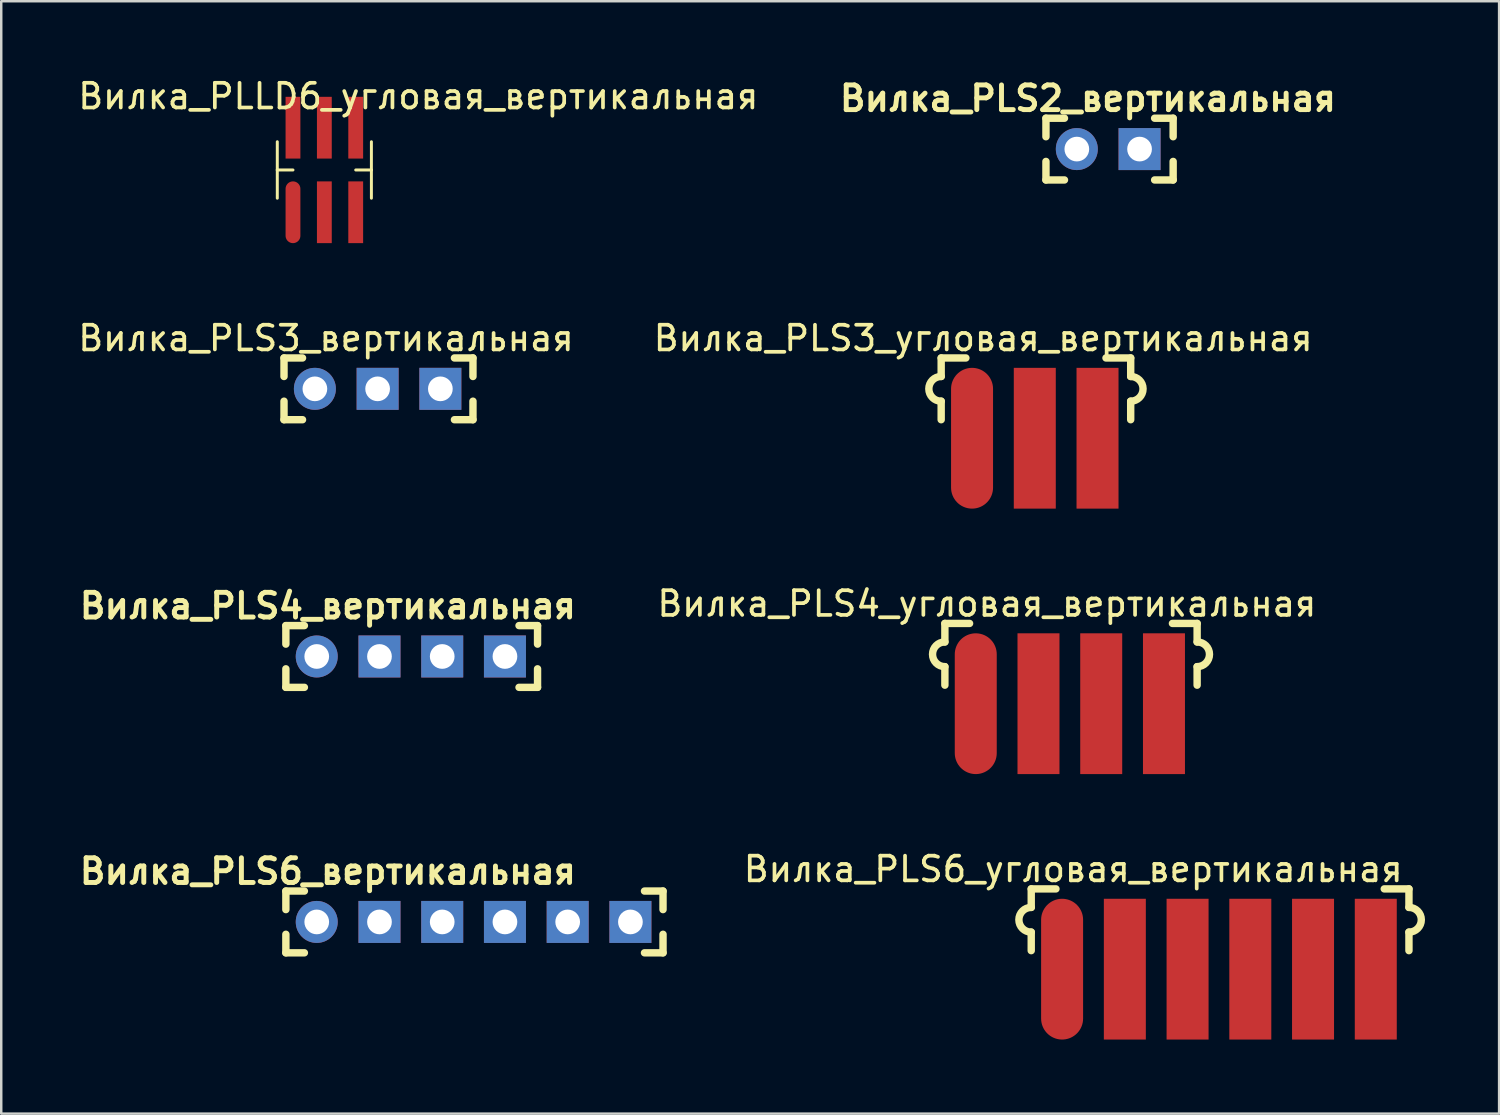
<source format=kicad_pcb>
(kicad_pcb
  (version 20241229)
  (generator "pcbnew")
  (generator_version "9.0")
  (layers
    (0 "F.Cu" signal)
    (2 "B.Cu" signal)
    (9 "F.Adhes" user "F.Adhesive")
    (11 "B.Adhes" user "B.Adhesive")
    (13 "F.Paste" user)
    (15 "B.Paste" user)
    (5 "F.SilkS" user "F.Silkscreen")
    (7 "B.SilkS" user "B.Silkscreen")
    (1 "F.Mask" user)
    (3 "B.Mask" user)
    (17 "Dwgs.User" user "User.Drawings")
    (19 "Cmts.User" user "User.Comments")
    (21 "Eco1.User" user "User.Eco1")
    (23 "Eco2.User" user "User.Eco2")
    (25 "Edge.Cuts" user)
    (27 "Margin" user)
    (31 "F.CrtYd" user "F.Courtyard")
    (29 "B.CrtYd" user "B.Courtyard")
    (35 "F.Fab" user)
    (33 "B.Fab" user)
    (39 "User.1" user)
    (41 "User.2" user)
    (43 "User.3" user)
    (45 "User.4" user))
  (footprint "Вилка_PLS2_вертикальная"
    (layer "F.Cu")
    (at 40.548 2.986)
    (property "Reference" "Вилка_PLS2_вертикальная" (at 0.45 -2.05 0) (layer "F.SilkS") (effects (font (size 1 1) (thickness 0.2))))
    (attr through_hole)
    (fp_line (start -1.25 -1.25) (end -1.25 -0.5) (stroke (width 0.3) (type solid)) (layer "F.SilkS"))
    (fp_line (start -1.25 -1.25) (end -0.5 -1.25) (stroke (width 0.3) (type solid)) (layer "F.SilkS"))
    (fp_line (start -1.25 0.5) (end -1.25 1.25) (stroke (width 0.3) (type solid)) (layer "F.SilkS"))
    (fp_line (start -1.25 1.25) (end -0.5 1.25) (stroke (width 0.3) (type solid)) (layer "F.SilkS"))
    (fp_line (start 3.15 -1.25) (end 3.9 -1.25) (stroke (width 0.3) (type solid)) (layer "F.SilkS"))
    (fp_line (start 3.9 -1.25) (end 3.9 -0.5) (stroke (width 0.3) (type solid)) (layer "F.SilkS"))
    (fp_line (start 3.9 0.5) (end 3.9 1.25) (stroke (width 0.3) (type solid)) (layer "F.SilkS"))
    (fp_line (start 3.9 1.25) (end 3.15 1.25) (stroke (width 0.3) (type solid)) (layer "F.SilkS"))
    (pad "1" thru_hole circle (at 0 0) (size 1.7 1.7) (drill 1) (layers "*.Cu" "*.Mask"))
    (pad "2" thru_hole rect (at 2.54 0) (size 1.7 1.7) (drill 1) (layers "*.Cu" "*.Mask")))
  (footprint "Вилка_PLS4_вертикальная"
    (layer "F.Cu")
    (at 9.774 23.529)
    (property "Reference" "Вилка_PLS4_вертикальная" (at 0.45 -2.05 0) (layer "F.SilkS") (effects (font (size 1 1) (thickness 0.2))))
    (attr through_hole)
    (fp_line (start -1.25 -1.25) (end -1.25 -0.5) (stroke (width 0.3) (type solid)) (layer "F.SilkS"))
    (fp_line (start -1.25 -1.25) (end -0.5 -1.25) (stroke (width 0.3) (type solid)) (layer "F.SilkS"))
    (fp_line (start -1.25 0.5) (end -1.25 1.25) (stroke (width 0.3) (type solid)) (layer "F.SilkS"))
    (fp_line (start -1.25 1.25) (end -0.5 1.25) (stroke (width 0.3) (type solid)) (layer "F.SilkS"))
    (fp_line (start 8.19 -1.25) (end 8.94 -1.25) (stroke (width 0.3) (type solid)) (layer "F.SilkS"))
    (fp_line (start 8.94 -1.25) (end 8.94 -0.5) (stroke (width 0.3) (type solid)) (layer "F.SilkS"))
    (fp_line (start 8.94 0.5) (end 8.94 1.25) (stroke (width 0.3) (type solid)) (layer "F.SilkS"))
    (fp_line (start 8.94 1.25) (end 8.19 1.25) (stroke (width 0.3) (type solid)) (layer "F.SilkS"))
    (pad "1" thru_hole circle (at 0 0) (size 1.7 1.7) (drill 1) (layers "*.Cu" "*.Mask"))
    (pad "2" thru_hole rect (at 2.54 0) (size 1.7 1.7) (drill 1) (layers "*.Cu" "*.Mask"))
    (pad "3" thru_hole rect (at 5.08 0) (size 1.7 1.7) (drill 1) (layers "*.Cu" "*.Mask"))
    (pad "4" thru_hole rect (at 7.62 0) (size 1.7 1.7) (drill 1) (layers "*.Cu" "*.Mask")))
  (footprint "Вилка_PLLD6_угловая_вертикальная"
    (layer "F.Cu")
    (at 8.812 4.594)
    (property "Reference" "Вилка_PLLD6_угловая_вертикальная" (at 5.075 -3.746 0) (layer "F.SilkS") (effects (font (size 1 1) (thickness 0.15))))
    (attr through_hole)
    (fp_line (start -0.635 -0.762) (end -0.635 -1.905) (stroke (width 0.12) (type solid)) (layer "F.SilkS"))
    (fp_line (start -0.635 0.381) (end -0.635 -0.762) (stroke (width 0.12) (type solid)) (layer "F.SilkS"))
    (fp_line (start 0 -0.762) (end -0.635 -0.762) (stroke (width 0.12) (type solid)) (layer "F.SilkS"))
    (fp_line (start 2.54 -0.762) (end 3.175 -0.762) (stroke (width 0.12) (type solid)) (layer "F.SilkS"))
    (fp_line (start 3.175 -0.762) (end 3.175 -1.905) (stroke (width 0.12) (type solid)) (layer "F.SilkS"))
    (fp_line (start 3.175 0.381) (end 3.175 -0.762) (stroke (width 0.12) (type solid)) (layer "F.SilkS"))
    (pad "1" smd oval (at 0 0) (size 0.6 2.5) (drill (offset 0 0.95)) (layers "F.Cu" "F.Mask" "F.Paste"))
    (pad "2" smd rect (at 0 -1.524 180) (size 0.6 2.5) (drill (offset 0 0.95)) (layers "F.Cu" "F.Mask" "F.Paste"))
    (pad "3" smd rect (at 1.27 0) (size 0.6 2.5) (drill (offset 0 0.95)) (layers "F.Cu" "F.Mask" "F.Paste"))
    (pad "4" smd rect (at 1.27 -1.524 180) (size 0.6 2.5) (drill (offset 0 0.95)) (layers "F.Cu" "F.Mask" "F.Paste"))
    (pad "5" smd rect (at 2.54 0) (size 0.6 2.5) (drill (offset 0 0.95)) (layers "F.Cu" "F.Mask" "F.Paste"))
    (pad "6" smd rect (at 2.54 -1.524 180) (size 0.6 2.5) (drill (offset 0 0.95)) (layers "F.Cu" "F.Mask" "F.Paste")))
  (footprint "Вилка_PLS6_вертикальная"
    (layer "F.Cu")
    (at 9.774 34.277)
    (property "Reference" "Вилка_PLS6_вертикальная" (at 0.45 -2.05 0) (layer "F.SilkS") (effects (font (size 1 1) (thickness 0.2))))
    (attr through_hole)
    (fp_line (start -1.25 -1.25) (end -1.25 -0.5) (stroke (width 0.3) (type solid)) (layer "F.SilkS"))
    (fp_line (start -1.25 -1.25) (end -0.5 -1.25) (stroke (width 0.3) (type solid)) (layer "F.SilkS"))
    (fp_line (start -1.25 0.5) (end -1.25 1.25) (stroke (width 0.3) (type solid)) (layer "F.SilkS"))
    (fp_line (start -1.25 1.25) (end -0.5 1.25) (stroke (width 0.3) (type solid)) (layer "F.SilkS"))
    (fp_line (start 13.27 -1.25) (end 14.02 -1.25) (stroke (width 0.3) (type solid)) (layer "F.SilkS"))
    (fp_line (start 14.02 -1.25) (end 14.02 -0.5) (stroke (width 0.3) (type solid)) (layer "F.SilkS"))
    (fp_line (start 14.02 0.5) (end 14.02 1.25) (stroke (width 0.3) (type solid)) (layer "F.SilkS"))
    (fp_line (start 14.02 1.25) (end 13.27 1.25) (stroke (width 0.3) (type solid)) (layer "F.SilkS"))
    (pad "1" thru_hole circle (at 0 0) (size 1.7 1.7) (drill 1) (layers "*.Cu" "*.Mask"))
    (pad "2" thru_hole rect (at 2.54 0) (size 1.7 1.7) (drill 1) (layers "*.Cu" "*.Mask"))
    (pad "3" thru_hole rect (at 5.08 0) (size 1.7 1.7) (drill 1) (layers "*.Cu" "*.Mask"))
    (pad "4" thru_hole rect (at 7.62 0) (size 1.7 1.7) (drill 1) (layers "*.Cu" "*.Mask"))
    (pad "5" thru_hole rect (at 10.16 0) (size 1.7 1.7) (drill 1) (layers "*.Cu" "*.Mask"))
    (pad "6" thru_hole rect (at 12.7 0) (size 1.7 1.7) (drill 1) (layers "*.Cu" "*.Mask")))
  (footprint "Вилка_PLS6_угловая_вертикальная"
    (layer "F.Cu")
    (at 39.952 34.189)
    (property "Reference" "Вилка_PLS6_угловая_вертикальная" (at 0.45 -2.05 0) (layer "F.SilkS") (effects (font (size 1 1) (thickness 0.15))))
    (attr through_hole)
    (fp_line (start -1.25 -1.25) (end -1.25 -0.5) (stroke (width 0.3) (type solid)) (layer "F.SilkS"))
    (fp_line (start -1.25 -1.25) (end -0.25 -1.25) (stroke (width 0.3) (type solid)) (layer "F.SilkS"))
    (fp_line (start -1.25 0.5) (end -1.25 1.25) (stroke (width 0.3) (type solid)) (layer "F.SilkS"))
    (fp_line (start 14.043 -1.25) (end 13.043 -1.25) (stroke (width 0.3) (type solid)) (layer "F.SilkS"))
    (fp_line (start 14.043 -1.25) (end 14.043 -0.5) (stroke (width 0.3) (type solid)) (layer "F.SilkS"))
    (fp_line (start 14.043 0.5) (end 14.043 1.25) (stroke (width 0.3) (type solid)) (layer "F.SilkS"))
    (fp_arc (start -1.25 0.5) (mid -1.75 0) (end -1.25 -0.5) (stroke (width 0.3) (type solid)) (layer "F.SilkS"))
    (fp_arc (start 14.043284 -0.5) (mid 14.543284 0) (end 14.043284 0.5) (stroke (width 0.3) (type solid)) (layer "F.SilkS"))
    (pad "1" smd oval (at 0 0) (size 1.7 5.7) (drill (offset 0 2)) (layers "F.Cu" "F.Mask" "F.Paste"))
    (pad "2" smd rect (at 2.54 0) (size 1.7 5.7) (drill (offset 0 2)) (layers "F.Cu" "F.Mask" "F.Paste"))
    (pad "3" smd rect (at 5.08 0) (size 1.7 5.7) (drill (offset 0 2)) (layers "F.Cu" "F.Mask" "F.Paste"))
    (pad "4" smd rect (at 7.62 0) (size 1.7 5.7) (drill (offset 0 2)) (layers "F.Cu" "F.Mask" "F.Paste"))
    (pad "5" smd rect (at 10.16 0) (size 1.7 5.7) (drill (offset 0 2)) (layers "F.Cu" "F.Mask" "F.Paste"))
    (pad "6" smd rect (at 12.7 0) (size 1.7 5.7) (drill (offset 0 2)) (layers "F.Cu" "F.Mask" "F.Paste")))
  (footprint "Вилка_PLS4_угловая_вертикальная"
    (layer "F.Cu")
    (at 36.456 23.441)
    (property "Reference" "Вилка_PLS4_угловая_вертикальная" (at 0.45 -2.05 0) (layer "F.SilkS") (effects (font (size 1 1) (thickness 0.15))))
    (attr through_hole)
    (fp_line (start -1.25 -1.25) (end -1.25 -0.5) (stroke (width 0.3) (type solid)) (layer "F.SilkS"))
    (fp_line (start -1.25 -1.25) (end -0.25 -1.25) (stroke (width 0.3) (type solid)) (layer "F.SilkS"))
    (fp_line (start -1.25 0.5) (end -1.25 1.25) (stroke (width 0.3) (type solid)) (layer "F.SilkS"))
    (fp_line (start 8.963 -1.25) (end 7.963 -1.25) (stroke (width 0.3) (type solid)) (layer "F.SilkS"))
    (fp_line (start 8.963 -1.25) (end 8.963 -0.5) (stroke (width 0.3) (type solid)) (layer "F.SilkS"))
    (fp_line (start 8.963 0.5) (end 8.963 1.25) (stroke (width 0.3) (type solid)) (layer "F.SilkS"))
    (fp_arc (start -1.25 0.5) (mid -1.75 0) (end -1.25 -0.5) (stroke (width 0.3) (type solid)) (layer "F.SilkS"))
    (fp_arc (start 8.963284 -0.5) (mid 9.463284 0) (end 8.963284 0.5) (stroke (width 0.3) (type solid)) (layer "F.SilkS"))
    (pad "1" smd oval (at 0 0) (size 1.7 5.7) (drill (offset 0 2)) (layers "F.Cu" "F.Mask" "F.Paste"))
    (pad "2" smd rect (at 2.54 0) (size 1.7 5.7) (drill (offset 0 2)) (layers "F.Cu" "F.Mask" "F.Paste"))
    (pad "3" smd rect (at 5.08 0) (size 1.7 5.7) (drill (offset 0 2)) (layers "F.Cu" "F.Mask" "F.Paste"))
    (pad "4" smd rect (at 7.62 0) (size 1.7 5.7) (drill (offset 0 2)) (layers "F.Cu" "F.Mask" "F.Paste")))
  (footprint "Вилка_PLS3_угловая_вертикальная"
    (layer "F.Cu")
    (at 36.306 12.693)
    (property "Reference" "Вилка_PLS3_угловая_вертикальная" (at 0.45 -2.05 0) (layer "F.SilkS") (effects (font (size 1 1) (thickness 0.15))))
    (attr through_hole)
    (fp_line (start -1.25 -1.25) (end -1.25 -0.5) (stroke (width 0.3) (type solid)) (layer "F.SilkS"))
    (fp_line (start -1.25 -1.25) (end -0.25 -1.25) (stroke (width 0.3) (type solid)) (layer "F.SilkS"))
    (fp_line (start -1.25 0.5) (end -1.25 1.25) (stroke (width 0.3) (type solid)) (layer "F.SilkS"))
    (fp_line (start 6.423 -1.25) (end 5.423 -1.25) (stroke (width 0.3) (type solid)) (layer "F.SilkS"))
    (fp_line (start 6.423 -1.25) (end 6.423 -0.5) (stroke (width 0.3) (type solid)) (layer "F.SilkS"))
    (fp_line (start 6.423 0.5) (end 6.423 1.25) (stroke (width 0.3) (type solid)) (layer "F.SilkS"))
    (fp_arc (start -1.25 0.5) (mid -1.75 0) (end -1.25 -0.5) (stroke (width 0.3) (type solid)) (layer "F.SilkS"))
    (fp_arc (start 6.423284 -0.5) (mid 6.923284 0) (end 6.423284 0.5) (stroke (width 0.3) (type solid)) (layer "F.SilkS"))
    (pad "1" smd oval (at 0 0) (size 1.7 5.7) (drill (offset 0 2)) (layers "F.Cu" "F.Mask" "F.Paste"))
    (pad "2" smd rect (at 2.54 0) (size 1.7 5.7) (drill (offset 0 2)) (layers "F.Cu" "F.Mask" "F.Paste"))
    (pad "3" smd rect (at 5.08 0) (size 1.7 5.7) (drill (offset 0 2)) (layers "F.Cu" "F.Mask" "F.Paste")))
  (footprint "Вилка_PLS3_вертикальная"
    (layer "F.Cu")
    (at 9.699 12.693)
    (property "Reference" "Вилка_PLS3_вертикальная" (at 0.45 -2.05 0) (layer "F.SilkS") (effects (font (size 1 1) (thickness 0.15))))
    (attr through_hole)
    (fp_line (start -1.25 -1.25) (end -1.25 -0.5) (stroke (width 0.3) (type solid)) (layer "F.SilkS"))
    (fp_line (start -1.25 -1.25) (end -0.5 -1.25) (stroke (width 0.3) (type solid)) (layer "F.SilkS"))
    (fp_line (start -1.25 0.5) (end -1.25 1.25) (stroke (width 0.3) (type solid)) (layer "F.SilkS"))
    (fp_line (start -1.25 1.25) (end -0.5 1.25) (stroke (width 0.3) (type solid)) (layer "F.SilkS"))
    (fp_line (start 5.65 -1.25) (end 6.4 -1.25) (stroke (width 0.3) (type solid)) (layer "F.SilkS"))
    (fp_line (start 6.4 -1.25) (end 6.4 -0.5) (stroke (width 0.3) (type solid)) (layer "F.SilkS"))
    (fp_line (start 6.4 0.5) (end 6.4 1.25) (stroke (width 0.3) (type solid)) (layer "F.SilkS"))
    (fp_line (start 6.4 1.25) (end 5.65 1.25) (stroke (width 0.3) (type solid)) (layer "F.SilkS"))
    (pad "1" thru_hole circle (at 0 0) (size 1.7 1.7) (drill 1) (layers "*.Cu" "*.Mask"))
    (pad "2" thru_hole rect (at 2.54 0) (size 1.7 1.7) (drill 1) (layers "*.Cu" "*.Mask"))
    (pad "3" thru_hole rect (at 5.08 0) (size 1.7 1.7) (drill 1) (layers "*.Cu" "*.Mask")))
  (gr_rect
    (start -3 -3)
    (end 57.645 42.039)
    (stroke (width 0.1) (type default))
    (fill no)
    (layer "Edge.Cuts")))
</source>
